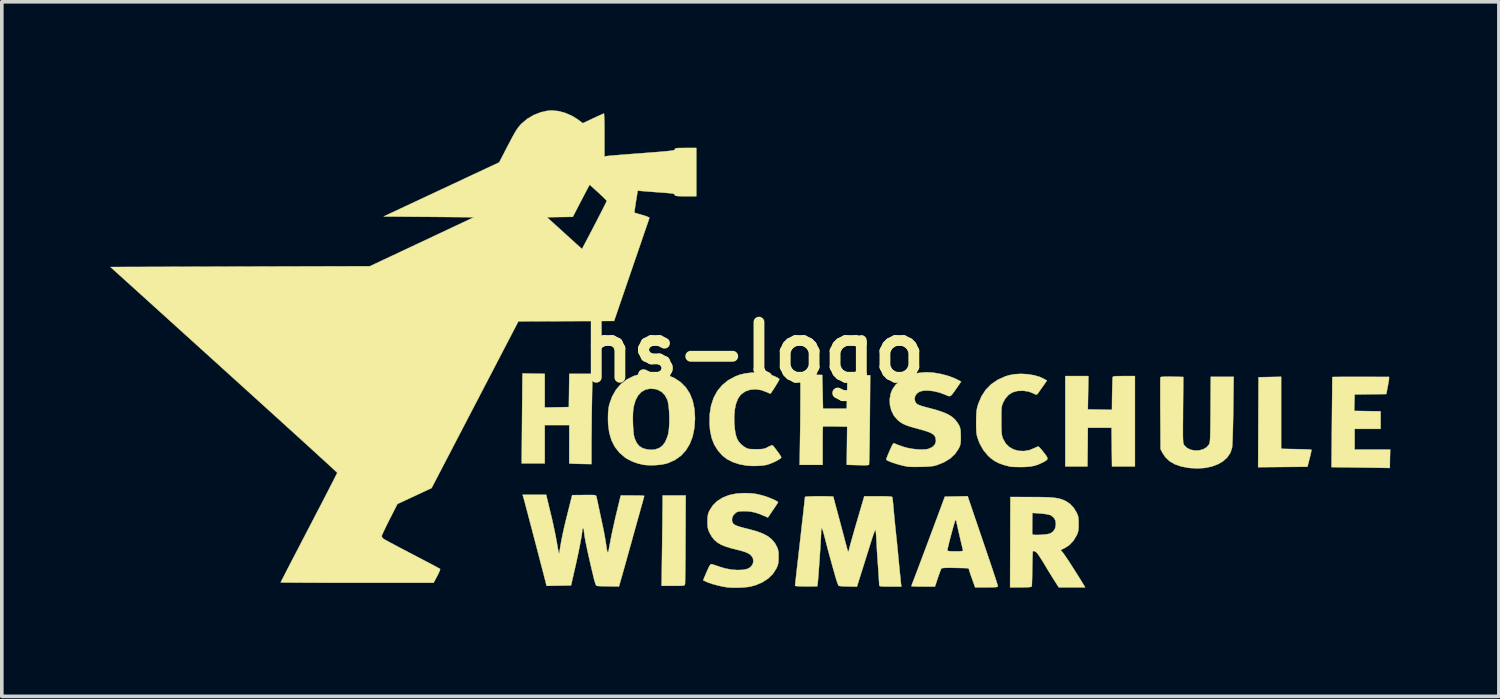
<source format=kicad_pcb>
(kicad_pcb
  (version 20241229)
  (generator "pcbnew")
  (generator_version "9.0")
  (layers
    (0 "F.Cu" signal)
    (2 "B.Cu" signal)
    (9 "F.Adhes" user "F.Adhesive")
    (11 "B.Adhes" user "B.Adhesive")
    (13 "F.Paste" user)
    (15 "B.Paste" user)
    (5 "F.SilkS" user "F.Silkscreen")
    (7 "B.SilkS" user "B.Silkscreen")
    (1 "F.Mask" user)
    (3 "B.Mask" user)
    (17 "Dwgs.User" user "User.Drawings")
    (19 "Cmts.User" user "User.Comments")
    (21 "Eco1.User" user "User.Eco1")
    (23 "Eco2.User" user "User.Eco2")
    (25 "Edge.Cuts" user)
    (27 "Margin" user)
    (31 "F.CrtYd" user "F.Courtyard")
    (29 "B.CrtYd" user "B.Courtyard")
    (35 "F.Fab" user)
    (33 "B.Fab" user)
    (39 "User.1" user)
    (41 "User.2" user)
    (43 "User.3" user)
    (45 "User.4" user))
  (footprint "hs-logo"
    (layer "F.Cu")
    (at 17.792 6.693)
    (property "Reference" "hs-logo" (at 0 0 0) (layer "F.SilkS") (effects (font (size 1.524 1.524) (thickness 0.3))))
    (attr through_hole)
    (fp_poly (pts (xy 14.584 2.667) (xy 14.631 2.668) (xy 14.668 2.669) (xy 14.738 2.671) (xy 14.835 2.673) (xy 14.95 2.675) (xy 15.046 2.677) (xy 15.166 2.68) (xy 15.271 2.683) (xy 15.353 2.687) (xy 15.405 2.691) (xy 15.422 2.693) (xy 15.42 2.716) (xy 15.41 2.772) (xy 15.392 2.85) (xy 15.371 2.933) (xy 15.312 3.164) (xy 14.63 3.17) (xy 13.948 3.176) (xy 13.959 0.688) (xy 14.272 0.682) (xy 14.584 0.676) (xy 14.584 2.667)) (stroke (width 0.01) (type solid)) (fill yes) (layer "F.SilkS"))
    (fp_poly (pts (xy 9.247 1.117) (xy 9.239 1.577) (xy 9.906 1.589) (xy 9.908 1.382) (xy 9.909 1.277) (xy 9.911 1.159) (xy 9.914 1.036) (xy 9.917 0.92) (xy 9.919 0.817) (xy 9.922 0.738) (xy 9.924 0.693) (xy 9.929 0.679) (xy 9.945 0.669) (xy 9.978 0.662) (xy 10.035 0.658) (xy 10.122 0.657) (xy 10.234 0.656) (xy 10.541 0.656) (xy 10.541 3.154) (xy 9.907 3.154) (xy 9.901 2.619) (xy 9.895 2.085) (xy 9.239 2.085) (xy 9.234 2.619) (xy 9.228 3.154) (xy 8.615 3.154) (xy 8.615 0.656) (xy 9.255 0.656) (xy 9.247 1.117)) (stroke (width 0.01) (type solid)) (fill yes) (layer "F.SilkS"))
    (fp_poly (pts (xy -1.886 5.158) (xy -1.887 5.381) (xy -1.888 5.592) (xy -1.89 5.788) (xy -1.892 5.963) (xy -1.894 6.115) (xy -1.896 6.24) (xy -1.897 6.333) (xy -1.899 6.39) (xy -1.901 6.407) (xy -1.905 6.426) (xy -1.916 6.439) (xy -1.938 6.448) (xy -1.98 6.453) (xy -2.046 6.455) (xy -2.144 6.456) (xy -2.228 6.456) (xy -2.547 6.456) (xy -2.533 5.36) (xy -2.53 5.143) (xy -2.528 4.935) (xy -2.525 4.739) (xy -2.523 4.561) (xy -2.522 4.405) (xy -2.52 4.277) (xy -2.519 4.18) (xy -2.519 4.12) (xy -2.519 4.112) (xy -2.519 3.958) (xy -1.881 3.958) (xy -1.886 5.158)) (stroke (width 0.01) (type solid)) (fill yes) (layer "F.SilkS"))
    (fp_poly (pts (xy -6.374 0.583) (xy -6.323 0.584) (xy -6.26 0.586) (xy -6.171 0.587) (xy -6.062 0.589) (xy -5.957 0.591) (xy -5.953 0.591) (xy -5.779 0.593) (xy -5.779 1.525) (xy -5.112 1.513) (xy -5.1 0.593) (xy -4.46 0.593) (xy -4.473 1.328) (xy -4.477 1.531) (xy -4.48 1.747) (xy -4.482 1.966) (xy -4.484 2.178) (xy -4.486 2.371) (xy -4.487 2.535) (xy -4.487 2.577) (xy -4.487 3.09) (xy -4.794 3.085) (xy -4.903 3.082) (xy -4.995 3.079) (xy -5.062 3.075) (xy -5.098 3.071) (xy -5.102 3.069) (xy -5.102 3.046) (xy -5.102 2.986) (xy -5.102 2.896) (xy -5.102 2.781) (xy -5.101 2.647) (xy -5.101 2.535) (xy -5.1 2.011) (xy -5.779 2.011) (xy -5.779 3.069) (xy -6.416 3.069) (xy -6.406 1.826) (xy -6.404 1.601) (xy -6.402 1.389) (xy -6.4 1.193) (xy -6.399 1.019) (xy -6.397 0.868) (xy -6.396 0.746) (xy -6.395 0.655) (xy -6.394 0.599) (xy -6.394 0.582) (xy -6.374 0.583)) (stroke (width 0.01) (type solid)) (fill yes) (layer "F.SilkS"))
    (fp_poly (pts (xy 16.773 0.678) (xy 16.785 0.678) (xy 17.568 0.679) (xy 17.567 0.726) (xy 17.563 0.767) (xy 17.551 0.837) (xy 17.536 0.924) (xy 17.528 0.963) (xy 17.491 1.154) (xy 17.054 1.159) (xy 16.616 1.165) (xy 16.614 1.265) (xy 16.612 1.346) (xy 16.61 1.441) (xy 16.608 1.492) (xy 16.605 1.619) (xy 16.97 1.625) (xy 17.335 1.631) (xy 17.335 2.117) (xy 16.616 2.117) (xy 16.616 2.688) (xy 17.108 2.688) (xy 17.6 2.688) (xy 17.596 2.842) (xy 17.593 2.936) (xy 17.592 3.03) (xy 17.591 3.096) (xy 17.59 3.197) (xy 17.203 3.191) (xy 17.047 3.189) (xy 16.865 3.186) (xy 16.676 3.184) (xy 16.496 3.181) (xy 16.397 3.18) (xy 15.977 3.174) (xy 15.988 1.931) (xy 15.99 1.706) (xy 15.992 1.493) (xy 15.994 1.298) (xy 15.996 1.123) (xy 15.997 0.971) (xy 15.998 0.848) (xy 15.999 0.756) (xy 16 0.7) (xy 16.001 0.682) (xy 16.021 0.681) (xy 16.08 0.68) (xy 16.171 0.679) (xy 16.291 0.678) (xy 16.434 0.678) (xy 16.596 0.678) (xy 16.773 0.678)) (stroke (width 0.01) (type solid)) (fill yes) (layer "F.SilkS"))
    (fp_poly (pts (xy 1.593 0.619) (xy 1.894 0.625) (xy 1.905 1.09) (xy 1.916 1.556) (xy 2.572 1.556) (xy 2.582 1.09) (xy 2.593 0.624) (xy 2.805 0.627) (xy 2.909 0.629) (xy 3.009 0.63) (xy 3.091 0.632) (xy 3.118 0.632) (xy 3.221 0.635) (xy 3.211 1.864) (xy 3.209 2.088) (xy 3.206 2.3) (xy 3.204 2.495) (xy 3.201 2.669) (xy 3.198 2.82) (xy 3.195 2.943) (xy 3.192 3.034) (xy 3.189 3.09) (xy 3.187 3.107) (xy 3.173 3.114) (xy 3.144 3.118) (xy 3.095 3.121) (xy 3.019 3.121) (xy 2.912 3.119) (xy 2.794 3.116) (xy 2.572 3.11) (xy 2.578 2.583) (xy 2.584 2.055) (xy 2.253 2.049) (xy 2.139 2.047) (xy 2.041 2.047) (xy 1.967 2.048) (xy 1.922 2.05) (xy 1.914 2.051) (xy 1.911 2.074) (xy 1.909 2.133) (xy 1.907 2.223) (xy 1.906 2.338) (xy 1.905 2.472) (xy 1.905 2.586) (xy 1.905 3.111) (xy 1.27 3.111) (xy 1.281 2.387) (xy 1.284 2.184) (xy 1.287 1.966) (xy 1.289 1.746) (xy 1.29 1.532) (xy 1.291 1.337) (xy 1.292 1.17) (xy 1.292 1.137) (xy 1.291 0.613) (xy 1.593 0.619)) (stroke (width 0.01) (type solid)) (fill yes) (layer "F.SilkS"))
    (fp_poly (pts (xy 11.557 0.673) (xy 11.567 0.673) (xy 11.879 0.68) (xy 11.871 1.598) (xy 11.87 1.819) (xy 11.868 2.001) (xy 11.868 2.15) (xy 11.868 2.268) (xy 11.869 2.359) (xy 11.872 2.428) (xy 11.875 2.478) (xy 11.881 2.513) (xy 11.887 2.538) (xy 11.895 2.556) (xy 11.906 2.571) (xy 11.907 2.574) (xy 11.986 2.647) (xy 12.087 2.694) (xy 12.2 2.715) (xy 12.316 2.711) (xy 12.426 2.682) (xy 12.52 2.628) (xy 12.585 2.554) (xy 12.595 2.535) (xy 12.604 2.513) (xy 12.61 2.482) (xy 12.616 2.44) (xy 12.62 2.381) (xy 12.623 2.303) (xy 12.626 2.2) (xy 12.628 2.069) (xy 12.63 1.906) (xy 12.632 1.707) (xy 12.632 1.582) (xy 12.639 0.677) (xy 13.272 0.677) (xy 13.26 1.603) (xy 13.257 1.802) (xy 13.253 1.991) (xy 13.249 2.165) (xy 13.244 2.32) (xy 13.239 2.45) (xy 13.234 2.551) (xy 13.229 2.618) (xy 13.227 2.639) (xy 13.179 2.78) (xy 13.096 2.904) (xy 12.98 3.009) (xy 12.836 3.094) (xy 12.666 3.157) (xy 12.476 3.196) (xy 12.268 3.21) (xy 12.046 3.197) (xy 12.031 3.195) (xy 11.819 3.155) (xy 11.642 3.093) (xy 11.497 3.008) (xy 11.382 2.898) (xy 11.306 2.783) (xy 11.25 2.678) (xy 11.244 1.696) (xy 11.242 1.495) (xy 11.242 1.308) (xy 11.242 1.137) (xy 11.242 0.988) (xy 11.242 0.864) (xy 11.243 0.771) (xy 11.245 0.711) (xy 11.246 0.69) (xy 11.268 0.68) (xy 11.326 0.674) (xy 11.422 0.672) (xy 11.557 0.673)) (stroke (width 0.01) (type solid)) (fill yes) (layer "F.SilkS"))
    (fp_poly (pts (xy 0.294 0.578) (xy 0.433 0.611) (xy 0.563 0.657) (xy 0.653 0.698) (xy 0.703 0.733) (xy 0.709 0.74) (xy 0.702 0.762) (xy 0.676 0.811) (xy 0.638 0.876) (xy 0.593 0.949) (xy 0.547 1.021) (xy 0.505 1.084) (xy 0.474 1.127) (xy 0.457 1.143) (xy 0.437 1.135) (xy 0.392 1.114) (xy 0.369 1.103) (xy 0.21 1.044) (xy 0.054 1.021) (xy -0.094 1.033) (xy -0.229 1.078) (xy -0.343 1.158) (xy -0.364 1.178) (xy -0.436 1.282) (xy -0.49 1.42) (xy -0.525 1.589) (xy -0.54 1.783) (xy -0.537 1.943) (xy -0.524 2.119) (xy -0.502 2.259) (xy -0.468 2.372) (xy -0.42 2.463) (xy -0.354 2.539) (xy -0.269 2.607) (xy -0.253 2.617) (xy -0.209 2.644) (xy -0.17 2.662) (xy -0.123 2.672) (xy -0.058 2.676) (xy 0.036 2.678) (xy 0.062 2.678) (xy 0.165 2.677) (xy 0.237 2.673) (xy 0.291 2.663) (xy 0.339 2.646) (xy 0.391 2.619) (xy 0.397 2.616) (xy 0.463 2.584) (xy 0.51 2.57) (xy 0.526 2.573) (xy 0.584 2.644) (xy 0.642 2.72) (xy 0.695 2.793) (xy 0.736 2.854) (xy 0.759 2.895) (xy 0.762 2.906) (xy 0.744 2.93) (xy 0.694 2.965) (xy 0.624 3.004) (xy 0.541 3.044) (xy 0.455 3.079) (xy 0.375 3.106) (xy 0.349 3.113) (xy 0.235 3.131) (xy 0.096 3.14) (xy -0.05 3.141) (xy -0.187 3.132) (xy -0.203 3.13) (xy -0.398 3.094) (xy -0.579 3.034) (xy -0.736 2.955) (xy -0.861 2.859) (xy -0.866 2.854) (xy -0.996 2.706) (xy -1.095 2.545) (xy -1.164 2.365) (xy -1.206 2.16) (xy -1.221 1.979) (xy -1.217 1.714) (xy -1.179 1.473) (xy -1.109 1.258) (xy -1.006 1.069) (xy -0.871 0.906) (xy -0.705 0.771) (xy -0.508 0.665) (xy -0.387 0.619) (xy -0.231 0.582) (xy -0.056 0.562) (xy 0.124 0.561) (xy 0.294 0.578)) (stroke (width 0.01) (type solid)) (fill yes) (layer "F.SilkS"))
    (fp_poly (pts (xy -2.652 0.585) (xy -2.527 0.597) (xy -2.428 0.615) (xy -2.405 0.622) (xy -2.198 0.709) (xy -2.023 0.824) (xy -1.879 0.967) (xy -1.768 1.138) (xy -1.688 1.336) (xy -1.64 1.563) (xy -1.624 1.817) (xy -1.624 1.831) (xy -1.641 2.091) (xy -1.689 2.325) (xy -1.767 2.531) (xy -1.874 2.708) (xy -2.009 2.856) (xy -2.173 2.973) (xy -2.363 3.059) (xy -2.437 3.081) (xy -2.556 3.104) (xy -2.699 3.118) (xy -2.849 3.123) (xy -2.989 3.116) (xy -3.047 3.109) (xy -3.204 3.073) (xy -3.362 3.016) (xy -3.504 2.943) (xy -3.561 2.906) (xy -3.718 2.77) (xy -3.842 2.611) (xy -3.934 2.428) (xy -3.995 2.22) (xy -4.026 1.983) (xy -4.028 1.888) (xy -3.342 1.888) (xy -3.338 2.027) (xy -3.329 2.159) (xy -3.317 2.273) (xy -3.3 2.358) (xy -3.293 2.38) (xy -3.235 2.506) (xy -3.161 2.595) (xy -3.067 2.653) (xy -2.945 2.685) (xy -2.934 2.687) (xy -2.819 2.695) (xy -2.723 2.684) (xy -2.628 2.651) (xy -2.608 2.642) (xy -2.519 2.577) (xy -2.444 2.472) (xy -2.385 2.327) (xy -2.367 2.265) (xy -2.349 2.167) (xy -2.338 2.042) (xy -2.333 1.9) (xy -2.334 1.752) (xy -2.341 1.607) (xy -2.354 1.476) (xy -2.372 1.369) (xy -2.388 1.312) (xy -2.457 1.184) (xy -2.551 1.089) (xy -2.668 1.03) (xy -2.718 1.016) (xy -2.864 1.004) (xy -2.994 1.03) (xy -3.105 1.094) (xy -3.198 1.192) (xy -3.269 1.326) (xy -3.317 1.492) (xy -3.324 1.528) (xy -3.336 1.628) (xy -3.342 1.752) (xy -3.342 1.888) (xy -4.028 1.888) (xy -4.03 1.841) (xy -4.026 1.671) (xy -4.013 1.536) (xy -3.994 1.442) (xy -3.916 1.224) (xy -3.809 1.035) (xy -3.673 0.877) (xy -3.51 0.75) (xy -3.32 0.655) (xy -3.154 0.605) (xy -3.053 0.589) (xy -2.927 0.581) (xy -2.789 0.58) (xy -2.652 0.585)) (stroke (width 0.01) (type solid)) (fill yes) (layer "F.SilkS"))
    (fp_poly (pts (xy 7.576 0.605) (xy 7.751 0.634) (xy 7.909 0.679) (xy 8.038 0.74) (xy 8.107 0.782) (xy 7.991 0.947) (xy 7.937 1.023) (xy 7.891 1.089) (xy 7.858 1.134) (xy 7.85 1.147) (xy 7.832 1.165) (xy 7.809 1.168) (xy 7.768 1.153) (xy 7.717 1.128) (xy 7.604 1.085) (xy 7.471 1.064) (xy 7.459 1.063) (xy 7.296 1.067) (xy 7.16 1.105) (xy 7.046 1.176) (xy 6.954 1.283) (xy 6.902 1.376) (xy 6.883 1.419) (xy 6.869 1.458) (xy 6.859 1.501) (xy 6.853 1.556) (xy 6.849 1.629) (xy 6.848 1.729) (xy 6.848 1.862) (xy 6.848 1.884) (xy 6.848 2.025) (xy 6.85 2.131) (xy 6.854 2.21) (xy 6.86 2.27) (xy 6.87 2.319) (xy 6.884 2.364) (xy 6.897 2.397) (xy 6.968 2.521) (xy 7.067 2.618) (xy 7.188 2.686) (xy 7.326 2.724) (xy 7.474 2.73) (xy 7.627 2.703) (xy 7.771 2.644) (xy 7.825 2.618) (xy 7.864 2.604) (xy 7.87 2.603) (xy 7.892 2.619) (xy 7.932 2.662) (xy 7.984 2.723) (xy 8.019 2.767) (xy 8.082 2.849) (xy 8.116 2.907) (xy 8.122 2.948) (xy 8.098 2.982) (xy 8.042 3.018) (xy 7.976 3.052) (xy 7.863 3.103) (xy 7.757 3.137) (xy 7.644 3.158) (xy 7.511 3.169) (xy 7.397 3.171) (xy 7.294 3.17) (xy 7.203 3.168) (xy 7.136 3.165) (xy 7.101 3.162) (xy 6.925 3.117) (xy 6.781 3.066) (xy 6.66 3.004) (xy 6.553 2.926) (xy 6.478 2.857) (xy 6.349 2.7) (xy 6.245 2.514) (xy 6.188 2.36) (xy 6.171 2.297) (xy 6.16 2.227) (xy 6.154 2.141) (xy 6.151 2.03) (xy 6.151 1.916) (xy 6.153 1.786) (xy 6.157 1.688) (xy 6.164 1.611) (xy 6.176 1.544) (xy 6.194 1.477) (xy 6.209 1.427) (xy 6.298 1.216) (xy 6.417 1.034) (xy 6.567 0.882) (xy 6.747 0.759) (xy 6.957 0.665) (xy 7.06 0.633) (xy 7.219 0.604) (xy 7.395 0.595) (xy 7.576 0.605)) (stroke (width 0.01) (type solid)) (fill yes) (layer "F.SilkS"))
    (fp_poly (pts (xy 7.671 4.001) (xy 7.879 4.002) (xy 8.05 4.005) (xy 8.19 4.011) (xy 8.304 4.021) (xy 8.398 4.034) (xy 8.478 4.053) (xy 8.548 4.077) (xy 8.616 4.107) (xy 8.628 4.113) (xy 8.751 4.195) (xy 8.852 4.305) (xy 8.924 4.424) (xy 8.953 4.485) (xy 8.971 4.54) (xy 8.98 4.604) (xy 8.984 4.689) (xy 8.984 4.741) (xy 8.983 4.844) (xy 8.977 4.918) (xy 8.963 4.979) (xy 8.939 5.04) (xy 8.929 5.061) (xy 8.838 5.213) (xy 8.722 5.333) (xy 8.601 5.41) (xy 8.486 5.467) (xy 8.527 5.512) (xy 8.564 5.559) (xy 8.621 5.64) (xy 8.695 5.749) (xy 8.783 5.885) (xy 8.883 6.042) (xy 8.994 6.218) (xy 9.112 6.409) (xy 9.137 6.451) (xy 9.166 6.498) (xy 8.435 6.498) (xy 8.316 6.313) (xy 8.249 6.206) (xy 8.173 6.084) (xy 8.104 5.969) (xy 8.085 5.937) (xy 8.011 5.813) (xy 7.942 5.704) (xy 7.884 5.615) (xy 7.839 5.554) (xy 7.822 5.534) (xy 7.783 5.507) (xy 7.743 5.493) (xy 7.718 5.499) (xy 7.715 5.524) (xy 7.712 5.585) (xy 7.708 5.675) (xy 7.706 5.789) (xy 7.703 5.92) (xy 7.702 5.98) (xy 7.7 6.117) (xy 7.698 6.241) (xy 7.695 6.344) (xy 7.692 6.421) (xy 7.689 6.465) (xy 7.688 6.472) (xy 7.671 6.483) (xy 7.628 6.491) (xy 7.552 6.496) (xy 7.441 6.498) (xy 7.384 6.498) (xy 7.089 6.498) (xy 7.093 5.249) (xy 7.094 4.913) (xy 7.7 4.913) (xy 7.701 4.989) (xy 7.703 5.031) (xy 7.723 5.042) (xy 7.776 5.048) (xy 7.851 5.049) (xy 7.938 5.046) (xy 8.028 5.039) (xy 8.11 5.029) (xy 8.175 5.016) (xy 8.2 5.008) (xy 8.281 4.954) (xy 8.333 4.871) (xy 8.355 4.767) (xy 8.346 4.659) (xy 8.301 4.573) (xy 8.222 4.509) (xy 8.21 4.503) (xy 8.156 4.487) (xy 8.072 4.471) (xy 7.971 4.459) (xy 7.922 4.455) (xy 7.705 4.44) (xy 7.702 4.649) (xy 7.701 4.8) (xy 7.7 4.913) (xy 7.094 4.913) (xy 7.097 4) (xy 7.671 4.001)) (stroke (width 0.01) (type solid)) (fill yes) (layer "F.SilkS"))
    (fp_poly (pts (xy 6.058 4.397) (xy 6.098 4.515) (xy 6.149 4.665) (xy 6.209 4.84) (xy 6.274 5.033) (xy 6.343 5.234) (xy 6.412 5.438) (xy 6.476 5.627) (xy 6.536 5.804) (xy 6.592 5.969) (xy 6.641 6.119) (xy 6.684 6.247) (xy 6.717 6.35) (xy 6.74 6.424) (xy 6.751 6.463) (xy 6.752 6.468) (xy 6.745 6.48) (xy 6.72 6.488) (xy 6.672 6.494) (xy 6.594 6.497) (xy 6.482 6.498) (xy 6.437 6.498) (xy 6.122 6.498) (xy 6.035 6.253) (xy 6.001 6.158) (xy 5.974 6.076) (xy 5.955 6.017) (xy 5.948 5.989) (xy 5.948 5.989) (xy 5.947 5.982) (xy 5.942 5.976) (xy 5.928 5.972) (xy 5.897 5.969) (xy 5.847 5.966) (xy 5.769 5.964) (xy 5.661 5.962) (xy 5.52 5.959) (xy 5.38 5.957) (xy 5.28 5.96) (xy 5.217 5.966) (xy 5.19 5.976) (xy 5.189 5.976) (xy 5.175 6.005) (xy 5.152 6.065) (xy 5.122 6.148) (xy 5.091 6.239) (xy 5.011 6.477) (xy 4.686 6.477) (xy 4.574 6.476) (xy 4.479 6.474) (xy 4.407 6.471) (xy 4.367 6.467) (xy 4.36 6.465) (xy 4.368 6.44) (xy 4.386 6.388) (xy 4.412 6.322) (xy 4.433 6.268) (xy 4.466 6.18) (xy 4.511 6.062) (xy 4.565 5.919) (xy 4.626 5.757) (xy 4.693 5.579) (xy 4.731 5.477) (xy 5.355 5.477) (xy 5.368 5.49) (xy 5.409 5.498) (xy 5.482 5.502) (xy 5.577 5.503) (xy 5.68 5.502) (xy 5.747 5.498) (xy 5.782 5.49) (xy 5.79 5.478) (xy 5.789 5.477) (xy 5.78 5.443) (xy 5.764 5.376) (xy 5.742 5.285) (xy 5.717 5.179) (xy 5.69 5.064) (xy 5.664 4.951) (xy 5.641 4.848) (xy 5.622 4.762) (xy 5.609 4.703) (xy 5.605 4.682) (xy 5.593 4.643) (xy 5.581 4.629) (xy 5.572 4.648) (xy 5.555 4.7) (xy 5.531 4.778) (xy 5.504 4.876) (xy 5.474 4.985) (xy 5.444 5.099) (xy 5.415 5.21) (xy 5.39 5.311) (xy 5.37 5.395) (xy 5.358 5.454) (xy 5.355 5.477) (xy 4.731 5.477) (xy 4.763 5.392) (xy 4.835 5.2) (xy 4.907 5.007) (xy 4.977 4.82) (xy 5.043 4.643) (xy 5.103 4.481) (xy 5.144 4.371) (xy 5.285 3.99) (xy 5.601 3.984) (xy 5.916 3.978) (xy 6.058 4.397)) (stroke (width 0.01) (type solid)) (fill yes) (layer "F.SilkS"))
    (fp_poly (pts (xy 4.967 0.562) (xy 5.166 0.596) (xy 5.363 0.647) (xy 5.542 0.712) (xy 5.635 0.757) (xy 5.735 0.81) (xy 5.616 0.982) (xy 5.548 1.08) (xy 5.498 1.148) (xy 5.461 1.19) (xy 5.429 1.21) (xy 5.397 1.211) (xy 5.357 1.198) (xy 5.304 1.175) (xy 5.303 1.174) (xy 5.143 1.114) (xy 4.983 1.075) (xy 4.831 1.056) (xy 4.697 1.059) (xy 4.589 1.086) (xy 4.513 1.136) (xy 4.465 1.206) (xy 4.448 1.285) (xy 4.464 1.363) (xy 4.493 1.407) (xy 4.518 1.43) (xy 4.557 1.451) (xy 4.616 1.474) (xy 4.7 1.5) (xy 4.816 1.531) (xy 4.879 1.547) (xy 5.083 1.604) (xy 5.249 1.661) (xy 5.382 1.721) (xy 5.484 1.784) (xy 5.562 1.854) (xy 5.576 1.871) (xy 5.64 1.955) (xy 5.683 2.026) (xy 5.709 2.098) (xy 5.721 2.182) (xy 5.725 2.293) (xy 5.726 2.328) (xy 5.725 2.432) (xy 5.72 2.505) (xy 5.71 2.561) (xy 5.692 2.61) (xy 5.666 2.664) (xy 5.565 2.812) (xy 5.43 2.937) (xy 5.26 3.04) (xy 5.077 3.114) (xy 5.009 3.134) (xy 4.936 3.148) (xy 4.847 3.157) (xy 4.733 3.163) (xy 4.636 3.165) (xy 4.52 3.167) (xy 4.415 3.167) (xy 4.33 3.165) (xy 4.275 3.162) (xy 4.265 3.161) (xy 4.165 3.142) (xy 4.057 3.116) (xy 3.948 3.085) (xy 3.847 3.052) (xy 3.76 3.02) (xy 3.697 2.991) (xy 3.665 2.968) (xy 3.662 2.961) (xy 3.67 2.936) (xy 3.692 2.88) (xy 3.724 2.802) (xy 3.759 2.721) (xy 3.802 2.625) (xy 3.832 2.563) (xy 3.854 2.528) (xy 3.872 2.515) (xy 3.891 2.517) (xy 3.9 2.522) (xy 3.939 2.539) (xy 4.006 2.565) (xy 4.089 2.595) (xy 4.125 2.608) (xy 4.251 2.643) (xy 4.391 2.669) (xy 4.533 2.684) (xy 4.666 2.688) (xy 4.779 2.68) (xy 4.838 2.667) (xy 4.94 2.619) (xy 5.007 2.553) (xy 5.036 2.472) (xy 5.038 2.45) (xy 5.032 2.382) (xy 5.013 2.326) (xy 4.976 2.279) (xy 4.915 2.238) (xy 4.827 2.199) (xy 4.706 2.16) (xy 4.553 2.117) (xy 4.399 2.075) (xy 4.277 2.038) (xy 4.183 2.002) (xy 4.107 1.965) (xy 4.042 1.922) (xy 3.98 1.871) (xy 3.977 1.868) (xy 3.876 1.75) (xy 3.806 1.61) (xy 3.767 1.455) (xy 3.761 1.294) (xy 3.789 1.137) (xy 3.833 1.027) (xy 3.923 0.897) (xy 4.047 0.783) (xy 4.198 0.688) (xy 4.372 0.616) (xy 4.562 0.569) (xy 4.761 0.55) (xy 4.78 0.55) (xy 4.967 0.562)) (stroke (width 0.01) (type solid)) (fill yes) (layer "F.SilkS"))
    (fp_poly (pts (xy -0.145 3.895) (xy -0.04 3.901) (xy 0.055 3.914) (xy 0.156 3.936) (xy 0.248 3.959) (xy 0.332 3.985) (xy 0.421 4.017) (xy 0.509 4.053) (xy 0.585 4.087) (xy 0.642 4.118) (xy 0.671 4.141) (xy 0.673 4.147) (xy 0.659 4.17) (xy 0.627 4.22) (xy 0.58 4.29) (xy 0.529 4.365) (xy 0.392 4.568) (xy 0.318 4.535) (xy 0.168 4.472) (xy 0.041 4.43) (xy -0.075 4.405) (xy -0.192 4.394) (xy -0.243 4.393) (xy -0.339 4.394) (xy -0.405 4.399) (xy -0.451 4.411) (xy -0.49 4.432) (xy -0.501 4.44) (xy -0.567 4.509) (xy -0.6 4.594) (xy -0.6 4.655) (xy -0.589 4.699) (xy -0.568 4.735) (xy -0.531 4.766) (xy -0.474 4.794) (xy -0.39 4.823) (xy -0.276 4.854) (xy -0.135 4.889) (xy 0.077 4.947) (xy 0.251 5.012) (xy 0.391 5.087) (xy 0.501 5.174) (xy 0.585 5.275) (xy 0.628 5.35) (xy 0.658 5.416) (xy 0.676 5.475) (xy 0.685 5.542) (xy 0.687 5.632) (xy 0.687 5.662) (xy 0.685 5.763) (xy 0.677 5.836) (xy 0.66 5.898) (xy 0.632 5.964) (xy 0.628 5.973) (xy 0.531 6.125) (xy 0.4 6.254) (xy 0.237 6.36) (xy 0.045 6.44) (xy -0.088 6.476) (xy -0.19 6.492) (xy -0.319 6.503) (xy -0.459 6.508) (xy -0.594 6.508) (xy -0.709 6.5) (xy -0.723 6.499) (xy -0.856 6.477) (xy -1.001 6.444) (xy -1.14 6.406) (xy -1.259 6.366) (xy -1.296 6.35) (xy -1.353 6.324) (xy -1.389 6.306) (xy -1.397 6.301) (xy -1.389 6.281) (xy -1.368 6.23) (xy -1.337 6.156) (xy -1.302 6.075) (xy -1.257 5.973) (xy -1.223 5.906) (xy -1.196 5.869) (xy -1.174 5.856) (xy -1.17 5.856) (xy -1.134 5.865) (xy -1.07 5.885) (xy -0.989 5.913) (xy -0.957 5.925) (xy -0.792 5.975) (xy -0.62 6.007) (xy -0.452 6.02) (xy -0.3 6.014) (xy -0.178 5.989) (xy -0.093 5.943) (xy -0.036 5.874) (xy -0.01 5.792) (xy -0.019 5.705) (xy -0.041 5.658) (xy -0.085 5.604) (xy -0.15 5.559) (xy -0.242 5.519) (xy -0.366 5.481) (xy -0.445 5.462) (xy -0.636 5.413) (xy -0.792 5.364) (xy -0.916 5.311) (xy -1.016 5.25) (xy -1.096 5.179) (xy -1.162 5.093) (xy -1.212 5.006) (xy -1.245 4.938) (xy -1.264 4.88) (xy -1.275 4.816) (xy -1.278 4.732) (xy -1.279 4.688) (xy -1.278 4.587) (xy -1.27 4.513) (xy -1.255 4.451) (xy -1.228 4.385) (xy -1.226 4.381) (xy -1.135 4.237) (xy -1.012 4.115) (xy -0.859 4.018) (xy -0.679 3.947) (xy -0.478 3.905) (xy -0.277 3.893) (xy -0.145 3.895)) (stroke (width 0.01) (type solid)) (fill yes) (layer "F.SilkS"))
    (fp_poly (pts (xy -5.621 4.429) (xy -5.582 4.591) (xy -5.544 4.762) (xy -5.508 4.93) (xy -5.477 5.083) (xy -5.453 5.21) (xy -5.448 5.238) (xy -5.429 5.349) (xy -5.412 5.444) (xy -5.398 5.515) (xy -5.389 5.557) (xy -5.387 5.563) (xy -5.379 5.551) (xy -5.37 5.509) (xy -5.368 5.5) (xy -5.341 5.333) (xy -5.312 5.173) (xy -5.279 5.011) (xy -5.24 4.835) (xy -5.193 4.636) (xy -5.153 4.477) (xy -5.021 3.948) (xy -4.69 3.945) (xy -4.566 3.944) (xy -4.477 3.944) (xy -4.417 3.947) (xy -4.381 3.952) (xy -4.362 3.962) (xy -4.353 3.975) (xy -4.35 3.987) (xy -4.342 4.023) (xy -4.327 4.092) (xy -4.307 4.185) (xy -4.284 4.293) (xy -4.274 4.339) (xy -4.246 4.474) (xy -4.215 4.619) (xy -4.185 4.757) (xy -4.161 4.871) (xy -4.159 4.879) (xy -4.135 5.001) (xy -4.111 5.135) (xy -4.091 5.26) (xy -4.083 5.313) (xy -4.066 5.427) (xy -4.051 5.5) (xy -4.037 5.531) (xy -4.024 5.522) (xy -4.011 5.473) (xy -4.01 5.469) (xy -3.93 5.045) (xy -3.829 4.586) (xy -3.786 4.408) (xy -3.677 3.958) (xy -3.352 3.958) (xy -3.24 3.959) (xy -3.145 3.96) (xy -3.073 3.963) (xy -3.033 3.966) (xy -3.027 3.968) (xy -3.032 3.99) (xy -3.048 4.048) (xy -3.071 4.134) (xy -3.102 4.244) (xy -3.138 4.372) (xy -3.162 4.46) (xy -3.207 4.618) (xy -3.252 4.782) (xy -3.297 4.942) (xy -3.337 5.086) (xy -3.369 5.203) (xy -3.376 5.228) (xy -3.405 5.331) (xy -3.442 5.464) (xy -3.485 5.617) (xy -3.53 5.781) (xy -3.577 5.947) (xy -3.621 6.105) (xy -3.661 6.245) (xy -3.694 6.359) (xy -3.707 6.407) (xy -3.726 6.474) (xy -3.996 6.47) (xy -4.103 6.468) (xy -4.2 6.466) (xy -4.275 6.463) (xy -4.318 6.46) (xy -4.319 6.46) (xy -4.336 6.457) (xy -4.351 6.448) (xy -4.365 6.428) (xy -4.379 6.394) (xy -4.396 6.339) (xy -4.418 6.259) (xy -4.444 6.15) (xy -4.479 6.005) (xy -4.494 5.942) (xy -4.554 5.68) (xy -4.603 5.458) (xy -4.642 5.272) (xy -4.67 5.121) (xy -4.688 5.002) (xy -4.697 4.913) (xy -4.698 4.895) (xy -4.708 4.869) (xy -4.726 4.873) (xy -4.74 4.901) (xy -4.741 4.916) (xy -4.746 4.974) (xy -4.759 5.068) (xy -4.781 5.192) (xy -4.809 5.341) (xy -4.842 5.509) (xy -4.881 5.69) (xy -4.922 5.88) (xy -4.94 5.958) (xy -5.052 6.445) (xy -5.39 6.451) (xy -5.728 6.457) (xy -5.761 6.324) (xy -5.78 6.252) (xy -5.806 6.149) (xy -5.84 6.019) (xy -5.88 5.867) (xy -5.924 5.697) (xy -5.972 5.514) (xy -6.021 5.324) (xy -6.072 5.131) (xy -6.122 4.939) (xy -6.171 4.754) (xy -6.217 4.58) (xy -6.258 4.422) (xy -6.295 4.284) (xy -6.324 4.172) (xy -6.346 4.09) (xy -6.359 4.043) (xy -6.361 4.038) (xy -6.39 3.937) (xy -5.74 3.937) (xy -5.621 4.429)) (stroke (width 0.01) (type solid)) (fill yes) (layer "F.SilkS"))
    (fp_poly (pts (xy 3.589 3.98) (xy 3.696 3.982) (xy 3.769 3.987) (xy 3.813 3.993) (xy 3.831 4.002) (xy 3.833 4.006) (xy 3.838 4.051) (xy 3.84 4.064) (xy 3.845 4.1) (xy 3.852 4.164) (xy 3.859 4.245) (xy 3.86 4.255) (xy 3.869 4.348) (xy 3.879 4.463) (xy 3.891 4.592) (xy 3.904 4.725) (xy 3.917 4.854) (xy 3.929 4.971) (xy 3.939 5.065) (xy 3.946 5.13) (xy 3.947 5.144) (xy 3.952 5.184) (xy 3.96 5.261) (xy 3.97 5.366) (xy 3.983 5.494) (xy 3.997 5.639) (xy 4.01 5.779) (xy 4.025 5.932) (xy 4.039 6.074) (xy 4.052 6.2) (xy 4.062 6.302) (xy 4.069 6.374) (xy 4.073 6.408) (xy 4.083 6.477) (xy 3.777 6.477) (xy 3.656 6.476) (xy 3.571 6.474) (xy 3.516 6.47) (xy 3.486 6.463) (xy 3.473 6.452) (xy 3.471 6.444) (xy 3.47 6.412) (xy 3.466 6.346) (xy 3.46 6.252) (xy 3.453 6.14) (xy 3.445 6.016) (xy 3.436 5.888) (xy 3.427 5.764) (xy 3.419 5.651) (xy 3.419 5.651) (xy 3.414 5.576) (xy 3.408 5.473) (xy 3.402 5.353) (xy 3.396 5.23) (xy 3.395 5.217) (xy 3.389 5.109) (xy 3.382 5.016) (xy 3.375 4.947) (xy 3.369 4.909) (xy 3.367 4.905) (xy 3.356 4.918) (xy 3.335 4.966) (xy 3.308 5.04) (xy 3.276 5.135) (xy 3.262 5.18) (xy 3.219 5.316) (xy 3.172 5.467) (xy 3.122 5.626) (xy 3.072 5.787) (xy 3.023 5.942) (xy 2.978 6.085) (xy 2.939 6.209) (xy 2.908 6.307) (xy 2.888 6.372) (xy 2.886 6.377) (xy 2.854 6.478) (xy 2.613 6.474) (xy 2.515 6.471) (xy 2.432 6.467) (xy 2.374 6.461) (xy 2.35 6.456) (xy 2.336 6.431) (xy 2.313 6.374) (xy 2.286 6.292) (xy 2.257 6.195) (xy 2.255 6.19) (xy 2.187 5.947) (xy 2.129 5.739) (xy 2.08 5.559) (xy 2.037 5.402) (xy 2.001 5.261) (xy 1.967 5.13) (xy 1.964 5.118) (xy 1.938 5.019) (xy 1.915 4.939) (xy 1.895 4.883) (xy 1.882 4.86) (xy 1.88 4.86) (xy 1.871 4.885) (xy 1.864 4.94) (xy 1.863 4.991) (xy 1.861 5.044) (xy 1.857 5.131) (xy 1.851 5.245) (xy 1.843 5.379) (xy 1.833 5.528) (xy 1.823 5.684) (xy 1.812 5.84) (xy 1.801 5.99) (xy 1.791 6.127) (xy 1.782 6.245) (xy 1.774 6.336) (xy 1.768 6.394) (xy 1.767 6.405) (xy 1.756 6.471) (xy 1.449 6.472) (xy 1.341 6.471) (xy 1.249 6.468) (xy 1.182 6.463) (xy 1.147 6.457) (xy 1.143 6.454) (xy 1.145 6.429) (xy 1.152 6.368) (xy 1.162 6.277) (xy 1.175 6.163) (xy 1.189 6.032) (xy 1.197 5.965) (xy 1.214 5.816) (xy 1.231 5.669) (xy 1.246 5.535) (xy 1.259 5.422) (xy 1.268 5.34) (xy 1.27 5.323) (xy 1.278 5.256) (xy 1.289 5.154) (xy 1.304 5.026) (xy 1.32 4.879) (xy 1.338 4.721) (xy 1.354 4.586) (xy 1.371 4.435) (xy 1.386 4.298) (xy 1.399 4.18) (xy 1.409 4.087) (xy 1.416 4.025) (xy 1.418 3.999) (xy 1.418 3.999) (xy 1.438 3.992) (xy 1.495 3.987) (xy 1.583 3.983) (xy 1.696 3.98) (xy 1.81 3.979) (xy 1.933 3.98) (xy 2.041 3.981) (xy 2.126 3.984) (xy 2.181 3.987) (xy 2.201 3.99) (xy 2.207 4.013) (xy 2.221 4.071) (xy 2.244 4.158) (xy 2.273 4.268) (xy 2.308 4.396) (xy 2.331 4.482) (xy 2.373 4.639) (xy 2.416 4.801) (xy 2.458 4.958) (xy 2.495 5.098) (xy 2.524 5.211) (xy 2.531 5.236) (xy 2.558 5.337) (xy 2.581 5.423) (xy 2.599 5.485) (xy 2.61 5.516) (xy 2.611 5.518) (xy 2.62 5.504) (xy 2.634 5.46) (xy 2.645 5.415) (xy 2.657 5.367) (xy 2.68 5.284) (xy 2.711 5.173) (xy 2.749 5.039) (xy 2.792 4.888) (xy 2.839 4.725) (xy 2.864 4.641) (xy 3.057 3.979) (xy 3.444 3.979) (xy 3.589 3.98)) (stroke (width 0.01) (type solid)) (fill yes) (layer "F.SilkS"))
    (fp_poly (pts (xy -5.398 -6.67) (xy -5.211 -6.62) (xy -5.029 -6.541) (xy -4.864 -6.44) (xy -4.856 -6.433) (xy -4.727 -6.336) (xy -4.443 -6.469) (xy -4.342 -6.516) (xy -4.255 -6.555) (xy -4.188 -6.585) (xy -4.15 -6.601) (xy -4.143 -6.603) (xy -4.139 -6.583) (xy -4.136 -6.526) (xy -4.132 -6.437) (xy -4.13 -6.322) (xy -4.128 -6.186) (xy -4.128 -6.035) (xy -4.128 -6.01) (xy -4.128 -5.415) (xy -4.069 -5.426) (xy -4.036 -5.43) (xy -3.966 -5.437) (xy -3.862 -5.446) (xy -3.731 -5.457) (xy -3.575 -5.469) (xy -3.401 -5.483) (xy -3.213 -5.497) (xy -3.096 -5.506) (xy -2.874 -5.523) (xy -2.692 -5.537) (xy -2.544 -5.549) (xy -2.427 -5.56) (xy -2.339 -5.569) (xy -2.274 -5.577) (xy -2.229 -5.585) (xy -2.201 -5.592) (xy -2.186 -5.6) (xy -2.181 -5.609) (xy -2.18 -5.614) (xy -2.177 -5.629) (xy -2.163 -5.639) (xy -2.132 -5.646) (xy -2.077 -5.65) (xy -1.991 -5.651) (xy -1.884 -5.652) (xy -1.587 -5.652) (xy -1.587 -4.318) (xy -1.881 -4.318) (xy -1.999 -4.318) (xy -2.081 -4.32) (xy -2.134 -4.325) (xy -2.165 -4.332) (xy -2.18 -4.344) (xy -2.185 -4.356) (xy -2.193 -4.37) (xy -2.212 -4.382) (xy -2.249 -4.391) (xy -2.308 -4.399) (xy -2.397 -4.408) (xy -2.52 -4.417) (xy -2.563 -4.42) (xy -2.696 -4.43) (xy -2.825 -4.44) (xy -2.94 -4.448) (xy -3.03 -4.456) (xy -3.07 -4.459) (xy -3.208 -4.471) (xy -3.257 -4.171) (xy -3.273 -4.063) (xy -3.287 -3.972) (xy -3.296 -3.904) (xy -3.299 -3.868) (xy -3.298 -3.863) (xy -3.276 -3.855) (xy -3.223 -3.839) (xy -3.146 -3.816) (xy -3.084 -3.799) (xy -2.992 -3.77) (xy -2.925 -3.745) (xy -2.889 -3.725) (xy -2.884 -3.717) (xy -2.893 -3.693) (xy -2.913 -3.633) (xy -2.945 -3.54) (xy -2.988 -3.416) (xy -3.04 -3.265) (xy -3.099 -3.09) (xy -3.166 -2.895) (xy -3.239 -2.682) (xy -3.317 -2.456) (xy -3.377 -2.281) (xy -3.861 -0.868) (xy -6.508 -0.857) (xy -7.708 1.448) (xy -8.908 3.753) (xy -9.38 3.973) (xy -9.853 4.193) (xy -10.071 4.621) (xy -10.134 4.746) (xy -10.189 4.859) (xy -10.235 4.955) (xy -10.268 5.028) (xy -10.286 5.073) (xy -10.288 5.082) (xy -10.272 5.122) (xy -10.25 5.148) (xy -10.224 5.165) (xy -10.164 5.199) (xy -10.075 5.248) (xy -9.961 5.309) (xy -9.826 5.381) (xy -9.675 5.46) (xy -9.511 5.546) (xy -9.451 5.577) (xy -9.285 5.664) (xy -9.131 5.745) (xy -8.992 5.817) (xy -8.873 5.88) (xy -8.779 5.931) (xy -8.712 5.967) (xy -8.676 5.986) (xy -8.672 5.989) (xy -8.675 6.013) (xy -8.694 6.065) (xy -8.727 6.136) (xy -8.754 6.188) (xy -8.851 6.371) (xy -10.966 6.371) (xy -11.261 6.371) (xy -11.544 6.371) (xy -11.812 6.37) (xy -12.062 6.37) (xy -12.292 6.369) (xy -12.497 6.368) (xy -12.677 6.367) (xy -12.827 6.366) (xy -12.945 6.365) (xy -13.028 6.364) (xy -13.073 6.362) (xy -13.081 6.361) (xy -13.071 6.342) (xy -13.044 6.287) (xy -12.999 6.201) (xy -12.94 6.085) (xy -12.867 5.944) (xy -12.781 5.778) (xy -12.685 5.593) (xy -12.579 5.39) (xy -12.466 5.171) (xy -12.346 4.941) (xy -12.298 4.848) (xy -12.176 4.614) (xy -12.06 4.39) (xy -11.951 4.181) (xy -11.851 3.987) (xy -11.761 3.813) (xy -11.683 3.661) (xy -11.618 3.534) (xy -11.568 3.435) (xy -11.534 3.367) (xy -11.517 3.333) (xy -11.516 3.329) (xy -11.532 3.313) (xy -11.577 3.271) (xy -11.651 3.202) (xy -11.752 3.11) (xy -11.878 2.994) (xy -12.029 2.857) (xy -12.201 2.699) (xy -12.395 2.523) (xy -12.608 2.329) (xy -12.84 2.119) (xy -13.087 1.894) (xy -13.35 1.656) (xy -13.627 1.405) (xy -13.915 1.144) (xy -14.214 0.873) (xy -14.522 0.594) (xy -14.652 0.476) (xy -17.787 -2.36) (xy -14.201 -2.371) (xy -10.615 -2.381) (xy -9.313 -2.993) (xy -9.089 -3.098) (xy -8.873 -3.2) (xy -8.669 -3.296) (xy -8.48 -3.385) (xy -8.31 -3.465) (xy -8.162 -3.534) (xy -8.041 -3.592) (xy -7.948 -3.635) (xy -7.889 -3.663) (xy -7.874 -3.67) (xy -7.736 -3.736) (xy -5.718 -3.736) (xy -5.235 -3.298) (xy -5.115 -3.189) (xy -5.006 -3.09) (xy -4.912 -3.005) (xy -4.835 -2.936) (xy -4.781 -2.887) (xy -4.752 -2.861) (xy -4.749 -2.858) (xy -4.739 -2.876) (xy -4.711 -2.927) (xy -4.669 -3.008) (xy -4.614 -3.113) (xy -4.548 -3.238) (xy -4.474 -3.38) (xy -4.405 -3.513) (xy -4.325 -3.667) (xy -4.252 -3.809) (xy -4.188 -3.934) (xy -4.135 -4.04) (xy -4.095 -4.12) (xy -4.071 -4.171) (xy -4.064 -4.188) (xy -4.079 -4.208) (xy -4.12 -4.251) (xy -4.182 -4.312) (xy -4.259 -4.384) (xy -4.301 -4.422) (xy -4.537 -4.636) (xy -4.609 -4.503) (xy -4.643 -4.438) (xy -4.692 -4.345) (xy -4.75 -4.234) (xy -4.811 -4.117) (xy -4.841 -4.059) (xy -5.002 -3.747) (xy -5.36 -3.742) (xy -5.718 -3.736) (xy -7.736 -3.736) (xy -8.984 -3.747) (xy -10.232 -3.757) (xy -7.038 -5.253) (xy -6.795 -5.722) (xy -6.716 -5.873) (xy -6.652 -5.991) (xy -6.6 -6.084) (xy -6.556 -6.156) (xy -6.515 -6.214) (xy -6.475 -6.264) (xy -6.431 -6.312) (xy -6.412 -6.331) (xy -6.26 -6.458) (xy -6.083 -6.562) (xy -5.893 -6.637) (xy -5.7 -6.68) (xy -5.577 -6.688) (xy -5.398 -6.67)) (stroke (width 0.01) (type solid)) (fill yes) (layer "F.SilkS")))
  (gr_rect
    (start -3 -3)
    (end 38.397 16.206)
    (stroke (width 0.1) (type default))
    (fill no)
    (layer "Edge.Cuts")))
</source>
